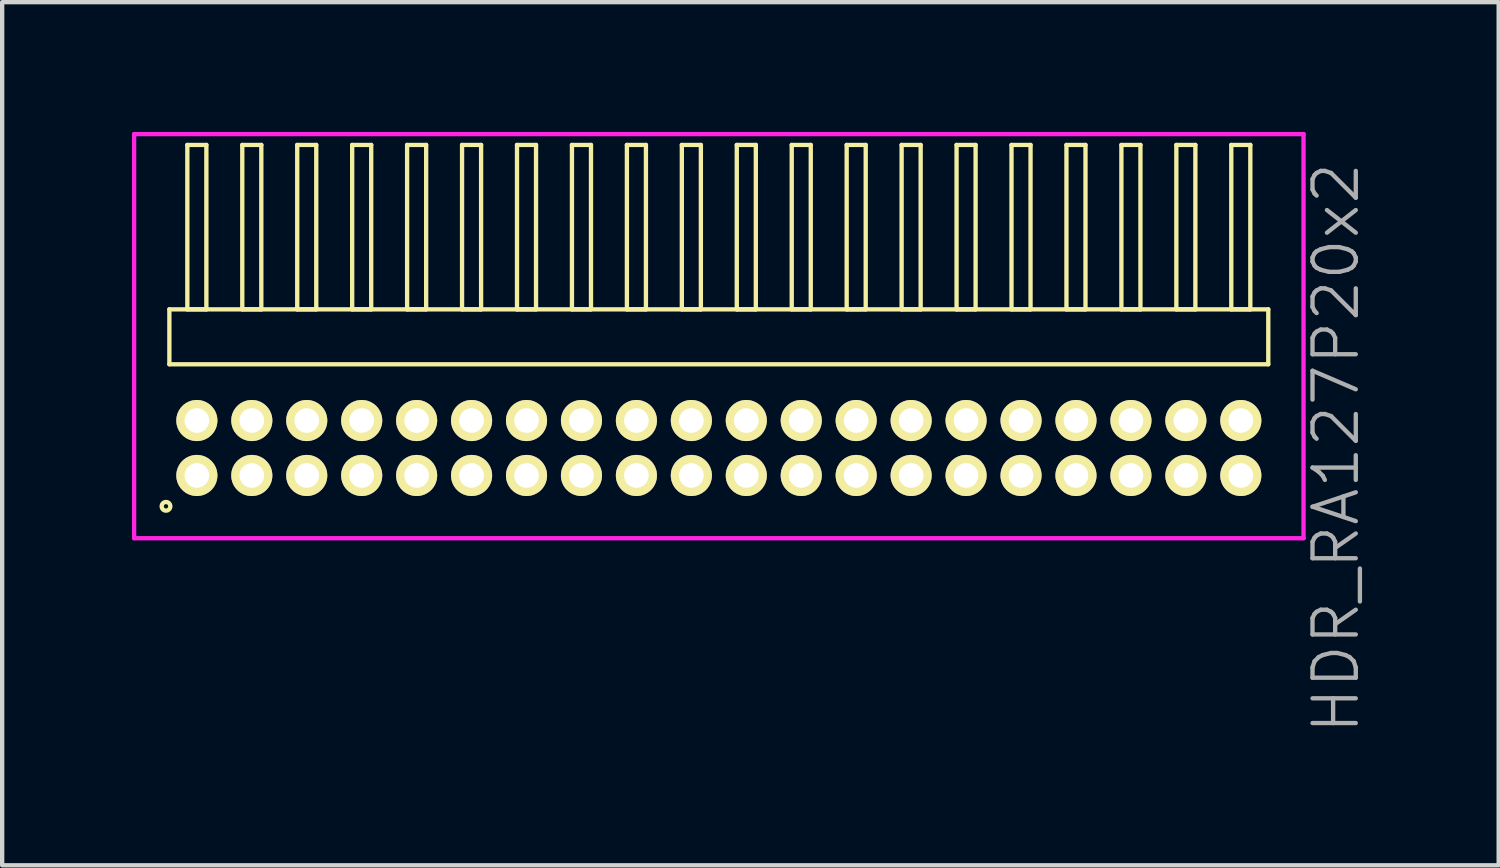
<source format=kicad_pcb>
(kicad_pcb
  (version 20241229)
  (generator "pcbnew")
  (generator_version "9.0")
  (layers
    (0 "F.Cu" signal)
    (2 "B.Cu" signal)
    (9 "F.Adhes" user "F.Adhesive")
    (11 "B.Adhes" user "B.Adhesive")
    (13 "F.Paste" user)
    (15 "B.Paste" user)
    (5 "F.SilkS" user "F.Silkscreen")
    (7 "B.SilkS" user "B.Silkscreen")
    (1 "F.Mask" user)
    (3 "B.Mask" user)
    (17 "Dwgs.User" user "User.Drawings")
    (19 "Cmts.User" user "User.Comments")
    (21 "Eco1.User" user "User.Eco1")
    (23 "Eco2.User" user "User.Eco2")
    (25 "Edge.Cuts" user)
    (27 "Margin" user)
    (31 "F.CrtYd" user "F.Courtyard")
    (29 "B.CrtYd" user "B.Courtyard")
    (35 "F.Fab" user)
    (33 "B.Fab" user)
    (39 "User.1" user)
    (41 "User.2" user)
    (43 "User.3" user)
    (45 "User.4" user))
  (footprint "HDR_RA127P20x2"
    (layer "F.Cu")
    (at 13.565 7.305)
    (property "Reference" "HDR_RA127P20x2" (at 14.265 0 90) (layer "F.Fab") (effects (font (size 1 1) (thickness 0.1))))
    (attr through_hole)
    (fp_line (start -12.7 -3.205) (end -12.7 -1.935) (stroke (width 0.1) (type solid)) (layer "F.SilkS"))
    (fp_line (start -12.7 -1.935) (end 12.7 -1.935) (stroke (width 0.1) (type solid)) (layer "F.SilkS"))
    (fp_line (start -12.285 -7.005) (end -12.285 -3.205) (stroke (width 0.1) (type solid)) (layer "F.SilkS"))
    (fp_line (start -12.285 -3.205) (end -11.845 -3.205) (stroke (width 0.1) (type solid)) (layer "F.SilkS"))
    (fp_line (start -11.845 -7.005) (end -12.285 -7.005) (stroke (width 0.1) (type solid)) (layer "F.SilkS"))
    (fp_line (start -11.845 -3.205) (end -11.845 -7.005) (stroke (width 0.1) (type solid)) (layer "F.SilkS"))
    (fp_line (start -11.015 -7.005) (end -11.015 -3.205) (stroke (width 0.1) (type solid)) (layer "F.SilkS"))
    (fp_line (start -11.015 -3.205) (end -10.575 -3.205) (stroke (width 0.1) (type solid)) (layer "F.SilkS"))
    (fp_line (start -10.575 -7.005) (end -11.015 -7.005) (stroke (width 0.1) (type solid)) (layer "F.SilkS"))
    (fp_line (start -10.575 -3.205) (end -10.575 -7.005) (stroke (width 0.1) (type solid)) (layer "F.SilkS"))
    (fp_line (start -9.745 -7.005) (end -9.745 -3.205) (stroke (width 0.1) (type solid)) (layer "F.SilkS"))
    (fp_line (start -9.745 -3.205) (end -9.305 -3.205) (stroke (width 0.1) (type solid)) (layer "F.SilkS"))
    (fp_line (start -9.305 -7.005) (end -9.745 -7.005) (stroke (width 0.1) (type solid)) (layer "F.SilkS"))
    (fp_line (start -9.305 -3.205) (end -9.305 -7.005) (stroke (width 0.1) (type solid)) (layer "F.SilkS"))
    (fp_line (start -8.475 -7.005) (end -8.475 -3.205) (stroke (width 0.1) (type solid)) (layer "F.SilkS"))
    (fp_line (start -8.475 -3.205) (end -8.035 -3.205) (stroke (width 0.1) (type solid)) (layer "F.SilkS"))
    (fp_line (start -8.035 -7.005) (end -8.475 -7.005) (stroke (width 0.1) (type solid)) (layer "F.SilkS"))
    (fp_line (start -8.035 -3.205) (end -8.035 -7.005) (stroke (width 0.1) (type solid)) (layer "F.SilkS"))
    (fp_line (start -7.205 -7.005) (end -7.205 -3.205) (stroke (width 0.1) (type solid)) (layer "F.SilkS"))
    (fp_line (start -7.205 -3.205) (end -6.765 -3.205) (stroke (width 0.1) (type solid)) (layer "F.SilkS"))
    (fp_line (start -6.765 -7.005) (end -7.205 -7.005) (stroke (width 0.1) (type solid)) (layer "F.SilkS"))
    (fp_line (start -6.765 -3.205) (end -6.765 -7.005) (stroke (width 0.1) (type solid)) (layer "F.SilkS"))
    (fp_line (start -5.935 -7.005) (end -5.935 -3.205) (stroke (width 0.1) (type solid)) (layer "F.SilkS"))
    (fp_line (start -5.935 -3.205) (end -5.495 -3.205) (stroke (width 0.1) (type solid)) (layer "F.SilkS"))
    (fp_line (start -5.495 -7.005) (end -5.935 -7.005) (stroke (width 0.1) (type solid)) (layer "F.SilkS"))
    (fp_line (start -5.495 -3.205) (end -5.495 -7.005) (stroke (width 0.1) (type solid)) (layer "F.SilkS"))
    (fp_line (start -4.665 -7.005) (end -4.665 -3.205) (stroke (width 0.1) (type solid)) (layer "F.SilkS"))
    (fp_line (start -4.665 -3.205) (end -4.225 -3.205) (stroke (width 0.1) (type solid)) (layer "F.SilkS"))
    (fp_line (start -4.225 -7.005) (end -4.665 -7.005) (stroke (width 0.1) (type solid)) (layer "F.SilkS"))
    (fp_line (start -4.225 -3.205) (end -4.225 -7.005) (stroke (width 0.1) (type solid)) (layer "F.SilkS"))
    (fp_line (start -3.395 -7.005) (end -3.395 -3.205) (stroke (width 0.1) (type solid)) (layer "F.SilkS"))
    (fp_line (start -3.395 -3.205) (end -2.955 -3.205) (stroke (width 0.1) (type solid)) (layer "F.SilkS"))
    (fp_line (start -2.955 -7.005) (end -3.395 -7.005) (stroke (width 0.1) (type solid)) (layer "F.SilkS"))
    (fp_line (start -2.955 -3.205) (end -2.955 -7.005) (stroke (width 0.1) (type solid)) (layer "F.SilkS"))
    (fp_line (start -2.125 -7.005) (end -2.125 -3.205) (stroke (width 0.1) (type solid)) (layer "F.SilkS"))
    (fp_line (start -2.125 -3.205) (end -1.685 -3.205) (stroke (width 0.1) (type solid)) (layer "F.SilkS"))
    (fp_line (start -1.685 -7.005) (end -2.125 -7.005) (stroke (width 0.1) (type solid)) (layer "F.SilkS"))
    (fp_line (start -1.685 -3.205) (end -1.685 -7.005) (stroke (width 0.1) (type solid)) (layer "F.SilkS"))
    (fp_line (start -0.855 -7.005) (end -0.855 -3.205) (stroke (width 0.1) (type solid)) (layer "F.SilkS"))
    (fp_line (start -0.855 -3.205) (end -0.415 -3.205) (stroke (width 0.1) (type solid)) (layer "F.SilkS"))
    (fp_line (start -0.415 -7.005) (end -0.855 -7.005) (stroke (width 0.1) (type solid)) (layer "F.SilkS"))
    (fp_line (start -0.415 -3.205) (end -0.415 -7.005) (stroke (width 0.1) (type solid)) (layer "F.SilkS"))
    (fp_line (start 0.415 -7.005) (end 0.415 -3.205) (stroke (width 0.1) (type solid)) (layer "F.SilkS"))
    (fp_line (start 0.415 -3.205) (end 0.855 -3.205) (stroke (width 0.1) (type solid)) (layer "F.SilkS"))
    (fp_line (start 0.855 -7.005) (end 0.415 -7.005) (stroke (width 0.1) (type solid)) (layer "F.SilkS"))
    (fp_line (start 0.855 -3.205) (end 0.855 -7.005) (stroke (width 0.1) (type solid)) (layer "F.SilkS"))
    (fp_line (start 1.685 -7.005) (end 1.685 -3.205) (stroke (width 0.1) (type solid)) (layer "F.SilkS"))
    (fp_line (start 1.685 -3.205) (end 2.125 -3.205) (stroke (width 0.1) (type solid)) (layer "F.SilkS"))
    (fp_line (start 2.125 -7.005) (end 1.685 -7.005) (stroke (width 0.1) (type solid)) (layer "F.SilkS"))
    (fp_line (start 2.125 -3.205) (end 2.125 -7.005) (stroke (width 0.1) (type solid)) (layer "F.SilkS"))
    (fp_line (start 2.955 -7.005) (end 2.955 -3.205) (stroke (width 0.1) (type solid)) (layer "F.SilkS"))
    (fp_line (start 2.955 -3.205) (end 3.395 -3.205) (stroke (width 0.1) (type solid)) (layer "F.SilkS"))
    (fp_line (start 3.395 -7.005) (end 2.955 -7.005) (stroke (width 0.1) (type solid)) (layer "F.SilkS"))
    (fp_line (start 3.395 -3.205) (end 3.395 -7.005) (stroke (width 0.1) (type solid)) (layer "F.SilkS"))
    (fp_line (start 4.225 -7.005) (end 4.225 -3.205) (stroke (width 0.1) (type solid)) (layer "F.SilkS"))
    (fp_line (start 4.225 -3.205) (end 4.665 -3.205) (stroke (width 0.1) (type solid)) (layer "F.SilkS"))
    (fp_line (start 4.665 -7.005) (end 4.225 -7.005) (stroke (width 0.1) (type solid)) (layer "F.SilkS"))
    (fp_line (start 4.665 -3.205) (end 4.665 -7.005) (stroke (width 0.1) (type solid)) (layer "F.SilkS"))
    (fp_line (start 5.495 -7.005) (end 5.495 -3.205) (stroke (width 0.1) (type solid)) (layer "F.SilkS"))
    (fp_line (start 5.495 -3.205) (end 5.935 -3.205) (stroke (width 0.1) (type solid)) (layer "F.SilkS"))
    (fp_line (start 5.935 -7.005) (end 5.495 -7.005) (stroke (width 0.1) (type solid)) (layer "F.SilkS"))
    (fp_line (start 5.935 -3.205) (end 5.935 -7.005) (stroke (width 0.1) (type solid)) (layer "F.SilkS"))
    (fp_line (start 6.765 -7.005) (end 6.765 -3.205) (stroke (width 0.1) (type solid)) (layer "F.SilkS"))
    (fp_line (start 6.765 -3.205) (end 7.205 -3.205) (stroke (width 0.1) (type solid)) (layer "F.SilkS"))
    (fp_line (start 7.205 -7.005) (end 6.765 -7.005) (stroke (width 0.1) (type solid)) (layer "F.SilkS"))
    (fp_line (start 7.205 -3.205) (end 7.205 -7.005) (stroke (width 0.1) (type solid)) (layer "F.SilkS"))
    (fp_line (start 8.035 -7.005) (end 8.035 -3.205) (stroke (width 0.1) (type solid)) (layer "F.SilkS"))
    (fp_line (start 8.035 -3.205) (end 8.475 -3.205) (stroke (width 0.1) (type solid)) (layer "F.SilkS"))
    (fp_line (start 8.475 -7.005) (end 8.035 -7.005) (stroke (width 0.1) (type solid)) (layer "F.SilkS"))
    (fp_line (start 8.475 -3.205) (end 8.475 -7.005) (stroke (width 0.1) (type solid)) (layer "F.SilkS"))
    (fp_line (start 9.305 -7.005) (end 9.305 -3.205) (stroke (width 0.1) (type solid)) (layer "F.SilkS"))
    (fp_line (start 9.305 -3.205) (end 9.745 -3.205) (stroke (width 0.1) (type solid)) (layer "F.SilkS"))
    (fp_line (start 9.745 -7.005) (end 9.305 -7.005) (stroke (width 0.1) (type solid)) (layer "F.SilkS"))
    (fp_line (start 9.745 -3.205) (end 9.745 -7.005) (stroke (width 0.1) (type solid)) (layer "F.SilkS"))
    (fp_line (start 10.575 -7.005) (end 10.575 -3.205) (stroke (width 0.1) (type solid)) (layer "F.SilkS"))
    (fp_line (start 10.575 -3.205) (end 11.015 -3.205) (stroke (width 0.1) (type solid)) (layer "F.SilkS"))
    (fp_line (start 11.015 -7.005) (end 10.575 -7.005) (stroke (width 0.1) (type solid)) (layer "F.SilkS"))
    (fp_line (start 11.015 -3.205) (end 11.015 -7.005) (stroke (width 0.1) (type solid)) (layer "F.SilkS"))
    (fp_line (start 11.845 -7.005) (end 11.845 -3.205) (stroke (width 0.1) (type solid)) (layer "F.SilkS"))
    (fp_line (start 11.845 -3.205) (end 12.285 -3.205) (stroke (width 0.1) (type solid)) (layer "F.SilkS"))
    (fp_line (start 12.285 -7.005) (end 11.845 -7.005) (stroke (width 0.1) (type solid)) (layer "F.SilkS"))
    (fp_line (start 12.285 -3.205) (end 12.285 -7.005) (stroke (width 0.1) (type solid)) (layer "F.SilkS"))
    (fp_line (start 12.7 -3.205) (end -12.7 -3.205) (stroke (width 0.1) (type solid)) (layer "F.SilkS"))
    (fp_line (start 12.7 -1.935) (end 12.7 -3.205) (stroke (width 0.1) (type solid)) (layer "F.SilkS"))
    (fp_circle (center -12.778 1.348) (end -12.678 1.348) (stroke (width 0.1) (type solid)) (fill no) (layer "F.SilkS"))
    (fp_line (start -13.515 -7.255) (end -13.515 2.085) (stroke (width 0.1) (type solid)) (layer "F.CrtYd"))
    (fp_line (start -13.515 2.085) (end 13.515 2.085) (stroke (width 0.1) (type solid)) (layer "F.CrtYd"))
    (fp_line (start 13.515 -7.255) (end -13.515 -7.255) (stroke (width 0.1) (type solid)) (layer "F.CrtYd"))
    (fp_line (start 13.515 2.085) (end 13.515 -7.255) (stroke (width 0.1) (type solid)) (layer "F.CrtYd"))
    (pad "1" thru_hole oval (at -12.065 0.635) (size 0.95 0.95) (drill 0.57) (layers "*.Cu" "*.Mask" "F.SilkS"))
    (pad "2" thru_hole oval (at -12.065 -0.635) (size 0.95 0.95) (drill 0.57) (layers "*.Cu" "*.Mask" "F.SilkS"))
    (pad "3" thru_hole oval (at -10.795 0.635) (size 0.95 0.95) (drill 0.57) (layers "*.Cu" "*.Mask" "F.SilkS"))
    (pad "4" thru_hole oval (at -10.795 -0.635) (size 0.95 0.95) (drill 0.57) (layers "*.Cu" "*.Mask" "F.SilkS"))
    (pad "5" thru_hole oval (at -9.525 0.635) (size 0.95 0.95) (drill 0.57) (layers "*.Cu" "*.Mask" "F.SilkS"))
    (pad "6" thru_hole oval (at -9.525 -0.635) (size 0.95 0.95) (drill 0.57) (layers "*.Cu" "*.Mask" "F.SilkS"))
    (pad "7" thru_hole oval (at -8.255 0.635) (size 0.95 0.95) (drill 0.57) (layers "*.Cu" "*.Mask" "F.SilkS"))
    (pad "8" thru_hole oval (at -8.255 -0.635) (size 0.95 0.95) (drill 0.57) (layers "*.Cu" "*.Mask" "F.SilkS"))
    (pad "9" thru_hole oval (at -6.985 0.635) (size 0.95 0.95) (drill 0.57) (layers "*.Cu" "*.Mask" "F.SilkS"))
    (pad "10" thru_hole oval (at -6.985 -0.635) (size 0.95 0.95) (drill 0.57) (layers "*.Cu" "*.Mask" "F.SilkS"))
    (pad "11" thru_hole oval (at -5.715 0.635) (size 0.95 0.95) (drill 0.57) (layers "*.Cu" "*.Mask" "F.SilkS"))
    (pad "12" thru_hole oval (at -5.715 -0.635) (size 0.95 0.95) (drill 0.57) (layers "*.Cu" "*.Mask" "F.SilkS"))
    (pad "13" thru_hole oval (at -4.445 0.635) (size 0.95 0.95) (drill 0.57) (layers "*.Cu" "*.Mask" "F.SilkS"))
    (pad "14" thru_hole oval (at -4.445 -0.635) (size 0.95 0.95) (drill 0.57) (layers "*.Cu" "*.Mask" "F.SilkS"))
    (pad "15" thru_hole oval (at -3.175 0.635) (size 0.95 0.95) (drill 0.57) (layers "*.Cu" "*.Mask" "F.SilkS"))
    (pad "16" thru_hole oval (at -3.175 -0.635) (size 0.95 0.95) (drill 0.57) (layers "*.Cu" "*.Mask" "F.SilkS"))
    (pad "17" thru_hole oval (at -1.905 0.635) (size 0.95 0.95) (drill 0.57) (layers "*.Cu" "*.Mask" "F.SilkS"))
    (pad "18" thru_hole oval (at -1.905 -0.635) (size 0.95 0.95) (drill 0.57) (layers "*.Cu" "*.Mask" "F.SilkS"))
    (pad "19" thru_hole oval (at -0.635 0.635) (size 0.95 0.95) (drill 0.57) (layers "*.Cu" "*.Mask" "F.SilkS"))
    (pad "20" thru_hole oval (at -0.635 -0.635) (size 0.95 0.95) (drill 0.57) (layers "*.Cu" "*.Mask" "F.SilkS"))
    (pad "21" thru_hole oval (at 0.635 0.635) (size 0.95 0.95) (drill 0.57) (layers "*.Cu" "*.Mask" "F.SilkS"))
    (pad "22" thru_hole oval (at 0.635 -0.635) (size 0.95 0.95) (drill 0.57) (layers "*.Cu" "*.Mask" "F.SilkS"))
    (pad "23" thru_hole oval (at 1.905 0.635) (size 0.95 0.95) (drill 0.57) (layers "*.Cu" "*.Mask" "F.SilkS"))
    (pad "24" thru_hole oval (at 1.905 -0.635) (size 0.95 0.95) (drill 0.57) (layers "*.Cu" "*.Mask" "F.SilkS"))
    (pad "25" thru_hole oval (at 3.175 0.635) (size 0.95 0.95) (drill 0.57) (layers "*.Cu" "*.Mask" "F.SilkS"))
    (pad "26" thru_hole oval (at 3.175 -0.635) (size 0.95 0.95) (drill 0.57) (layers "*.Cu" "*.Mask" "F.SilkS"))
    (pad "27" thru_hole oval (at 4.445 0.635) (size 0.95 0.95) (drill 0.57) (layers "*.Cu" "*.Mask" "F.SilkS"))
    (pad "28" thru_hole oval (at 4.445 -0.635) (size 0.95 0.95) (drill 0.57) (layers "*.Cu" "*.Mask" "F.SilkS"))
    (pad "29" thru_hole oval (at 5.715 0.635) (size 0.95 0.95) (drill 0.57) (layers "*.Cu" "*.Mask" "F.SilkS"))
    (pad "30" thru_hole oval (at 5.715 -0.635) (size 0.95 0.95) (drill 0.57) (layers "*.Cu" "*.Mask" "F.SilkS"))
    (pad "31" thru_hole oval (at 6.985 0.635) (size 0.95 0.95) (drill 0.57) (layers "*.Cu" "*.Mask" "F.SilkS"))
    (pad "32" thru_hole oval (at 6.985 -0.635) (size 0.95 0.95) (drill 0.57) (layers "*.Cu" "*.Mask" "F.SilkS"))
    (pad "33" thru_hole oval (at 8.255 0.635) (size 0.95 0.95) (drill 0.57) (layers "*.Cu" "*.Mask" "F.SilkS"))
    (pad "34" thru_hole oval (at 8.255 -0.635) (size 0.95 0.95) (drill 0.57) (layers "*.Cu" "*.Mask" "F.SilkS"))
    (pad "35" thru_hole oval (at 9.525 0.635) (size 0.95 0.95) (drill 0.57) (layers "*.Cu" "*.Mask" "F.SilkS"))
    (pad "36" thru_hole oval (at 9.525 -0.635) (size 0.95 0.95) (drill 0.57) (layers "*.Cu" "*.Mask" "F.SilkS"))
    (pad "37" thru_hole oval (at 10.795 0.635) (size 0.95 0.95) (drill 0.57) (layers "*.Cu" "*.Mask" "F.SilkS"))
    (pad "38" thru_hole oval (at 10.795 -0.635) (size 0.95 0.95) (drill 0.57) (layers "*.Cu" "*.Mask" "F.SilkS"))
    (pad "39" thru_hole oval (at 12.065 0.635) (size 0.95 0.95) (drill 0.57) (layers "*.Cu" "*.Mask" "F.SilkS"))
    (pad "40" thru_hole oval (at 12.065 -0.635) (size 0.95 0.95) (drill 0.57) (layers "*.Cu" "*.Mask" "F.SilkS")))
  (gr_rect
    (start -3 -3)
    (end 31.59 16.95)
    (stroke (width 0.1) (type default))
    (fill no)
    (layer "Edge.Cuts")))
</source>
